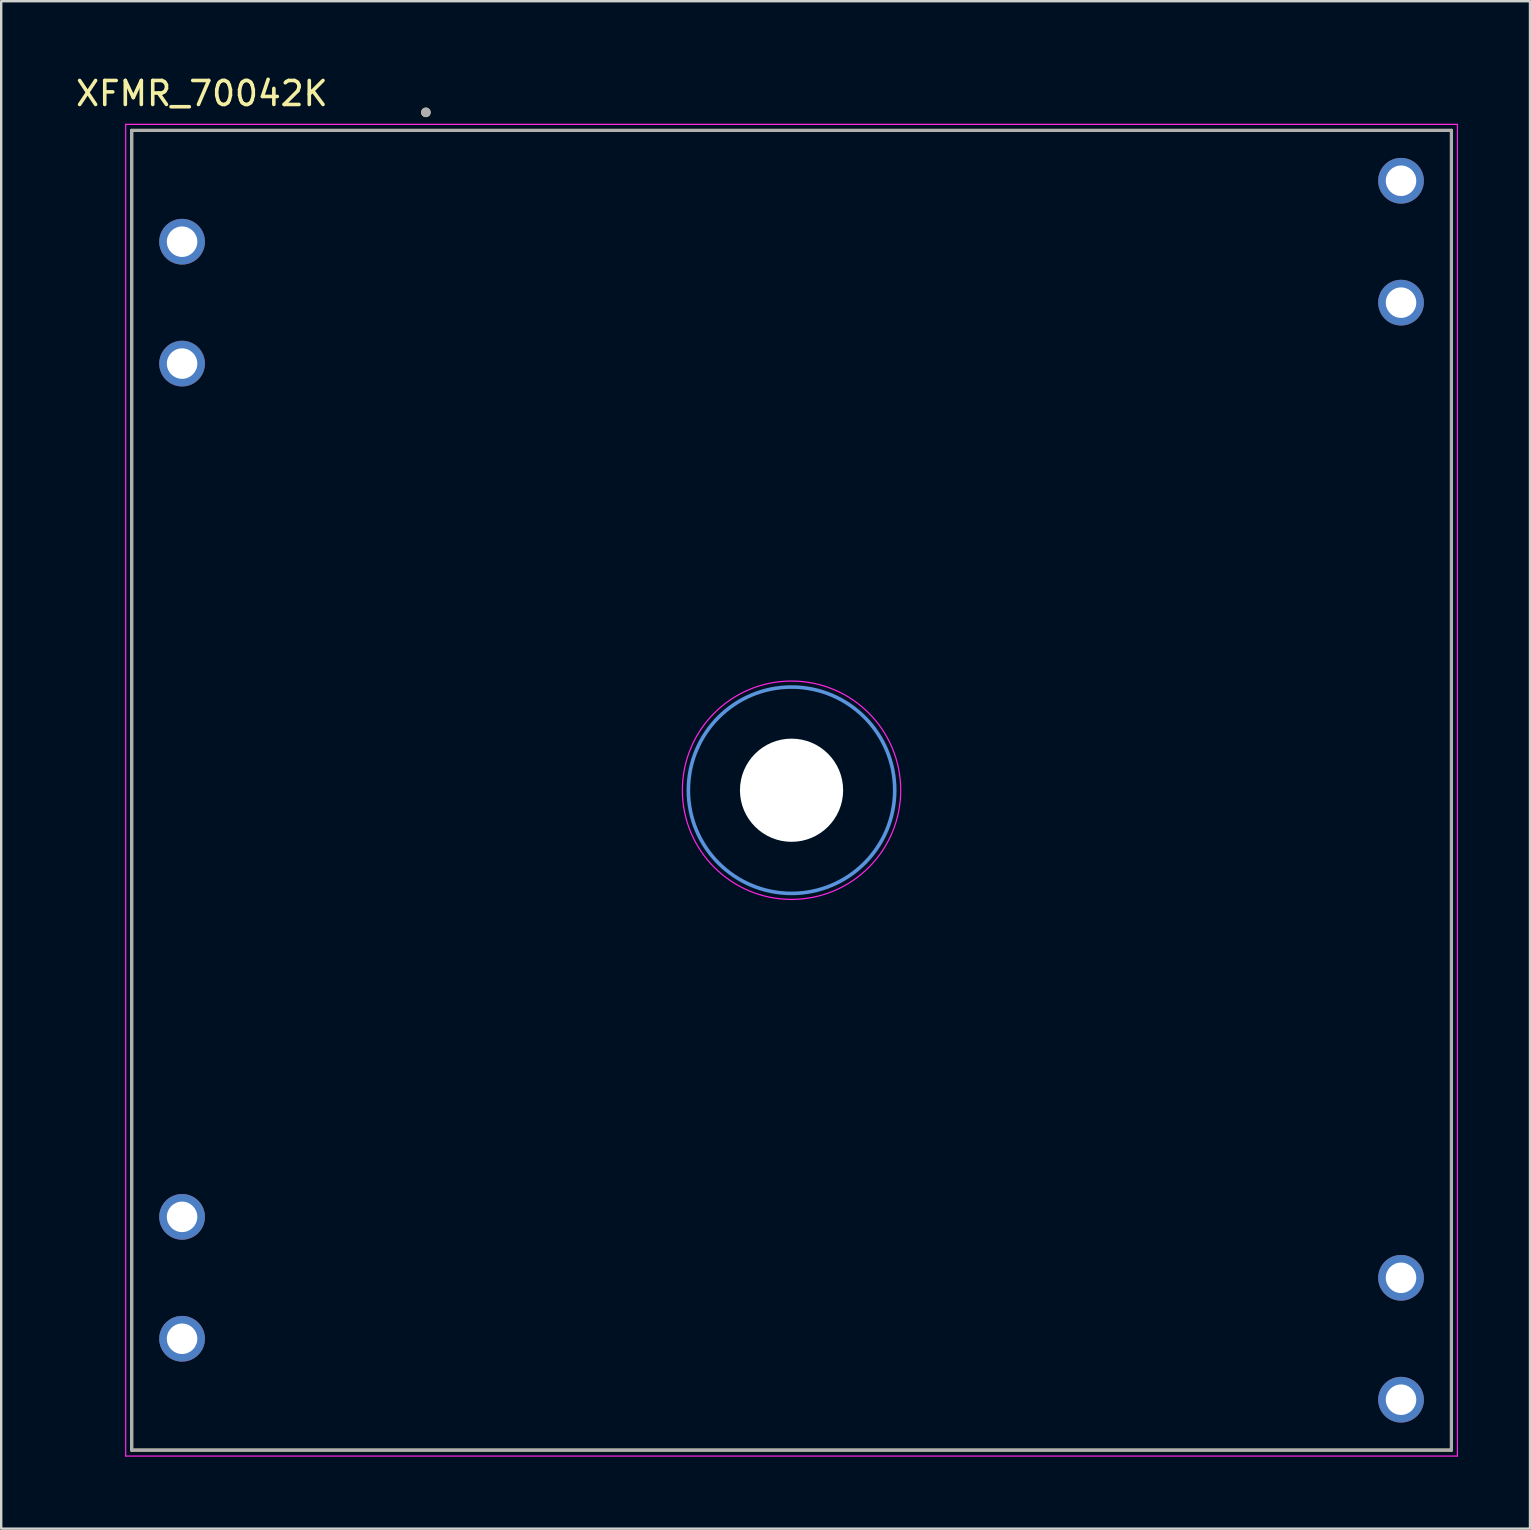
<source format=kicad_pcb>
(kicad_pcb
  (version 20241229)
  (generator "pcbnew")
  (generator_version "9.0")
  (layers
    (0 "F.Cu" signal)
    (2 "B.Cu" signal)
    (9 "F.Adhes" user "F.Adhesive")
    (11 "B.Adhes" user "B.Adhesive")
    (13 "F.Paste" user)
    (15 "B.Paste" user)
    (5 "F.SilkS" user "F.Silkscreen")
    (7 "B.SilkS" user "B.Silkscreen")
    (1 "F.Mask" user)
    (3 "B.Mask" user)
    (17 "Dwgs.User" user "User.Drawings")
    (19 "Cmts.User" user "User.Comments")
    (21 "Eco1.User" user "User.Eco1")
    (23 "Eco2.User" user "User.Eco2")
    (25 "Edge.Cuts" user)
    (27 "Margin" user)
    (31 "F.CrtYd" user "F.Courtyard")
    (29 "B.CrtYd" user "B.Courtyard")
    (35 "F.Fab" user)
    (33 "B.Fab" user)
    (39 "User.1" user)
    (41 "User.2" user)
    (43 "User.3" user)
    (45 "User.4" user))
  (footprint "XFMR_70042K"
    (layer "F.Cu")
    (at 29.938 29.883)
    (property "Reference" "XFMR_70042K" (at -24.575 -29.035 0) (layer "F.SilkS") (effects (font (size 1 1) (thickness 0.15))))
    (attr through_hole)
    (fp_line (start -27.5 -27.5) (end 27.5 -27.5) (stroke (width 0.127) (type solid)) (layer "F.SilkS"))
    (fp_line (start -27.5 27.5) (end -27.5 -27.5) (stroke (width 0.127) (type solid)) (layer "F.SilkS"))
    (fp_line (start -27.5 27.5) (end 27.5 27.5) (stroke (width 0.127) (type solid)) (layer "F.SilkS"))
    (fp_line (start 27.5 27.5) (end 27.5 -27.5) (stroke (width 0.127) (type solid)) (layer "F.SilkS"))
    (fp_circle (center -15.24 -28.25) (end -15.14 -28.25) (stroke (width 0.2) (type solid)) (fill no) (layer "F.SilkS"))
    (fp_circle (center 0 0) (end 4.3 0) (stroke (width 0.15) (type solid)) (fill no) (layer "Cmts.User"))
    (fp_line (start -27.75 -27.75) (end -27.75 27.75) (stroke (width 0.05) (type solid)) (layer "F.CrtYd"))
    (fp_line (start -27.75 27.75) (end 27.75 27.75) (stroke (width 0.05) (type solid)) (layer "F.CrtYd"))
    (fp_line (start 27.75 -27.75) (end -27.75 -27.75) (stroke (width 0.05) (type solid)) (layer "F.CrtYd"))
    (fp_line (start 27.75 27.75) (end 27.75 -27.75) (stroke (width 0.05) (type solid)) (layer "F.CrtYd"))
    (fp_circle (center 0 0) (end 4.55 0) (stroke (width 0.05) (type solid)) (fill no) (layer "F.CrtYd"))
    (fp_line (start -27.5 -27.5) (end 27.5 -27.5) (stroke (width 0.127) (type solid)) (layer "F.Fab"))
    (fp_line (start -27.5 27.5) (end -27.5 -27.5) (stroke (width 0.127) (type solid)) (layer "F.Fab"))
    (fp_line (start 27.5 -27.5) (end 27.5 27.5) (stroke (width 0.127) (type solid)) (layer "F.Fab"))
    (fp_line (start 27.5 27.5) (end -27.5 27.5) (stroke (width 0.127) (type solid)) (layer "F.Fab"))
    (fp_circle (center -15.24 -28.25) (end -15.14 -28.25) (stroke (width 0.2) (type solid)) (fill no) (layer "F.Fab"))
    (pad "" np_thru_hole circle (at 0 0) (size 4.3 4.3) (drill 4.3) (layers "*.Cu" "*.Mask"))
    (pad "3" thru_hole circle (at -25.4 -22.86) (size 1.905 1.905) (drill 1.27) (layers "*.Cu" "*.Mask"))
    (pad "4" thru_hole circle (at -25.4 -17.78) (size 1.905 1.905) (drill 1.27) (layers "*.Cu" "*.Mask"))
    (pad "5" thru_hole circle (at -25.4 17.78) (size 1.905 1.905) (drill 1.27) (layers "*.Cu" "*.Mask"))
    (pad "6" thru_hole circle (at -25.4 22.86) (size 1.905 1.905) (drill 1.27) (layers "*.Cu" "*.Mask"))
    (pad "11" thru_hole circle (at 25.4 25.4) (size 1.905 1.905) (drill 1.27) (layers "*.Cu" "*.Mask"))
    (pad "12" thru_hole circle (at 25.4 20.32) (size 1.905 1.905) (drill 1.27) (layers "*.Cu" "*.Mask"))
    (pad "13" thru_hole circle (at 25.4 -20.32) (size 1.905 1.905) (drill 1.27) (layers "*.Cu" "*.Mask"))
    (pad "14" thru_hole circle (at 25.4 -25.4) (size 1.905 1.905) (drill 1.27) (layers "*.Cu" "*.Mask")))
  (gr_rect
    (start -3 -3)
    (end 60.713 60.658)
    (stroke (width 0.1) (type default))
    (fill no)
    (layer "Edge.Cuts")))
</source>
